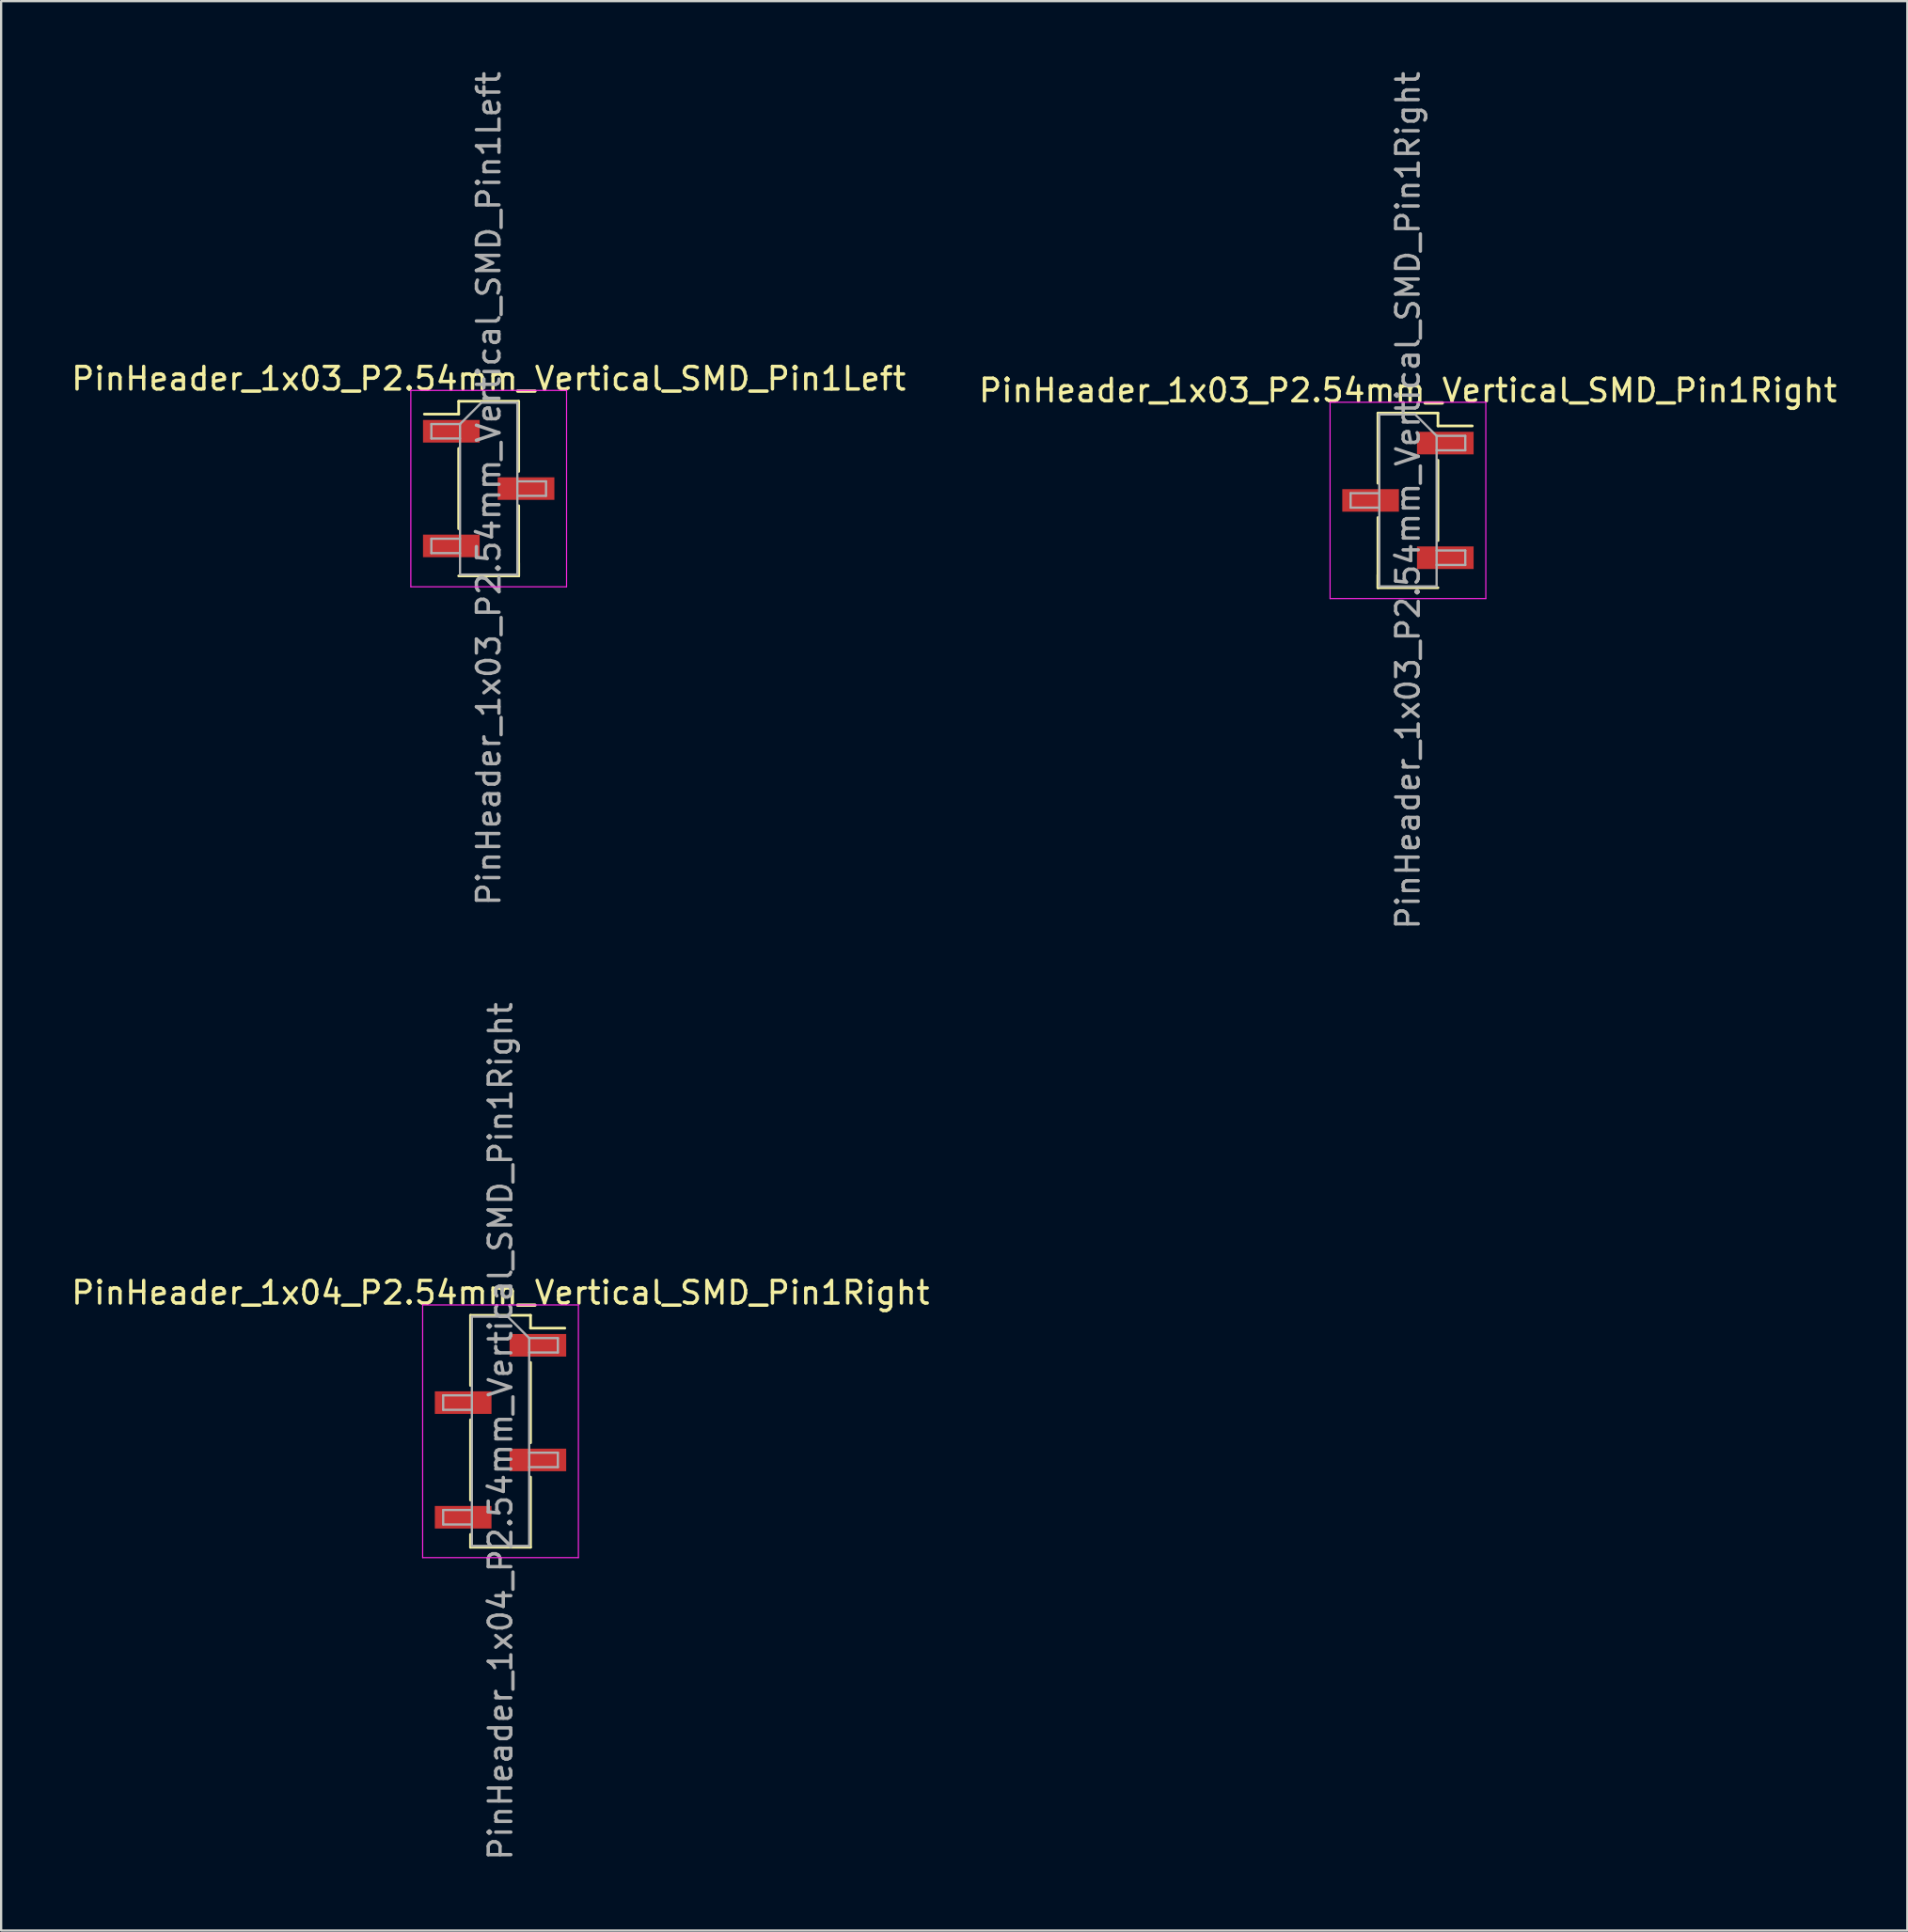
<source format=kicad_pcb>
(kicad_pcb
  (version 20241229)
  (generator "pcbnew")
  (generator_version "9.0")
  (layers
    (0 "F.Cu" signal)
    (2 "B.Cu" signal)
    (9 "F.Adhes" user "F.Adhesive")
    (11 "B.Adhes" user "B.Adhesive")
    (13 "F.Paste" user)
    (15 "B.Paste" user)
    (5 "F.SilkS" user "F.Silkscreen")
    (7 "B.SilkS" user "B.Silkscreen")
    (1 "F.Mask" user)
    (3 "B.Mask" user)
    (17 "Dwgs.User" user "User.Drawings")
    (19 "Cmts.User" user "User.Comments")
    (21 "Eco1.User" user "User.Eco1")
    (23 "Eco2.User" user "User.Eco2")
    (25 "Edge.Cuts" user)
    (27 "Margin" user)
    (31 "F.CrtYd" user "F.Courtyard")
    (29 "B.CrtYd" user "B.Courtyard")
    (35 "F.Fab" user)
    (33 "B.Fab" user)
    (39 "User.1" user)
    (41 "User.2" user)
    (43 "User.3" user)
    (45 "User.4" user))
  (footprint "PinHeader_1x03_P2.54mm_Vertical_SMD_Pin1Right"
    (layer "F.Cu")
    (at 59.327 19.125)
    (property "Reference" "PinHeader_1x03_P2.54mm_Vertical_SMD_Pin1Right" (at 0 -4.87 0) (layer "F.SilkS") (effects (font (size 1 1) (thickness 0.15))))
    (attr smd)
    (fp_line (start -1.33 -3.87) (end -1.33 -0.76) (stroke (width 0.12) (type solid)) (layer "F.SilkS"))
    (fp_line (start -1.33 -3.87) (end 1.33 -3.87) (stroke (width 0.12) (type solid)) (layer "F.SilkS"))
    (fp_line (start -1.33 0.76) (end -1.33 3.87) (stroke (width 0.12) (type solid)) (layer "F.SilkS"))
    (fp_line (start -1.33 3.3) (end -1.33 3.87) (stroke (width 0.12) (type solid)) (layer "F.SilkS"))
    (fp_line (start -1.33 3.87) (end 1.33 3.87) (stroke (width 0.12) (type solid)) (layer "F.SilkS"))
    (fp_line (start 1.33 -3.87) (end 1.33 -3.3) (stroke (width 0.12) (type solid)) (layer "F.SilkS"))
    (fp_line (start 1.33 -3.3) (end 2.85 -3.3) (stroke (width 0.12) (type solid)) (layer "F.SilkS"))
    (fp_line (start 1.33 -1.78) (end 1.33 1.78) (stroke (width 0.12) (type solid)) (layer "F.SilkS"))
    (fp_line (start -3.45 -4.35) (end -3.45 4.35) (stroke (width 0.05) (type solid)) (layer "F.CrtYd"))
    (fp_line (start -3.45 4.35) (end 3.45 4.35) (stroke (width 0.05) (type solid)) (layer "F.CrtYd"))
    (fp_line (start 3.45 -4.35) (end -3.45 -4.35) (stroke (width 0.05) (type solid)) (layer "F.CrtYd"))
    (fp_line (start 3.45 4.35) (end 3.45 -4.35) (stroke (width 0.05) (type solid)) (layer "F.CrtYd"))
    (fp_line (start -2.54 -0.32) (end -2.54 0.32) (stroke (width 0.1) (type solid)) (layer "F.Fab"))
    (fp_line (start -2.54 0.32) (end -1.27 0.32) (stroke (width 0.1) (type solid)) (layer "F.Fab"))
    (fp_line (start -1.27 -3.81) (end -1.27 3.81) (stroke (width 0.1) (type solid)) (layer "F.Fab"))
    (fp_line (start -1.27 -3.81) (end 0.32 -3.81) (stroke (width 0.1) (type solid)) (layer "F.Fab"))
    (fp_line (start -1.27 -0.32) (end -2.54 -0.32) (stroke (width 0.1) (type solid)) (layer "F.Fab"))
    (fp_line (start 1.27 -2.86) (end 0.32 -3.81) (stroke (width 0.1) (type solid)) (layer "F.Fab"))
    (fp_line (start 1.27 -2.86) (end 2.54 -2.86) (stroke (width 0.1) (type solid)) (layer "F.Fab"))
    (fp_line (start 1.27 2.22) (end 2.54 2.22) (stroke (width 0.1) (type solid)) (layer "F.Fab"))
    (fp_line (start 1.27 3.81) (end -1.27 3.81) (stroke (width 0.1) (type solid)) (layer "F.Fab"))
    (fp_line (start 1.27 3.81) (end 1.27 -2.86) (stroke (width 0.1) (type solid)) (layer "F.Fab"))
    (fp_line (start 2.54 -2.86) (end 2.54 -2.22) (stroke (width 0.1) (type solid)) (layer "F.Fab"))
    (fp_line (start 2.54 -2.22) (end 1.27 -2.22) (stroke (width 0.1) (type solid)) (layer "F.Fab"))
    (fp_line (start 2.54 2.22) (end 2.54 2.86) (stroke (width 0.1) (type solid)) (layer "F.Fab"))
    (fp_line (start 2.54 2.86) (end 1.27 2.86) (stroke (width 0.1) (type solid)) (layer "F.Fab"))
    (fp_text user "${REFERENCE}" (at 0 0 90) (layer "F.Fab") (effects (font (size 1 1) (thickness 0.15))))
    (pad "1" smd rect (at 1.655 -2.54) (size 2.51 1) (layers "F.Cu" "F.Mask" "F.Paste"))
    (pad "2" smd rect (at -1.655 0) (size 2.51 1) (layers "F.Cu" "F.Mask" "F.Paste"))
    (pad "3" smd rect (at 1.655 2.54) (size 2.51 1) (layers "F.Cu" "F.Mask" "F.Paste")))
  (footprint "PinHeader_1x04_P2.54mm_Vertical_SMD_Pin1Right"
    (layer "F.Cu")
    (at 19.125 60.375)
    (property "Reference" "PinHeader_1x04_P2.54mm_Vertical_SMD_Pin1Right" (at 0 -6.14 0) (layer "F.SilkS") (effects (font (size 1 1) (thickness 0.15))))
    (attr smd)
    (fp_line (start -1.33 -5.14) (end -1.33 -2.03) (stroke (width 0.12) (type solid)) (layer "F.SilkS"))
    (fp_line (start -1.33 -5.14) (end 1.33 -5.14) (stroke (width 0.12) (type solid)) (layer "F.SilkS"))
    (fp_line (start -1.33 -0.51) (end -1.33 3.05) (stroke (width 0.12) (type solid)) (layer "F.SilkS"))
    (fp_line (start -1.33 4.57) (end -1.33 5.14) (stroke (width 0.12) (type solid)) (layer "F.SilkS"))
    (fp_line (start -1.33 5.14) (end 1.33 5.14) (stroke (width 0.12) (type solid)) (layer "F.SilkS"))
    (fp_line (start 1.33 -5.14) (end 1.33 -4.57) (stroke (width 0.12) (type solid)) (layer "F.SilkS"))
    (fp_line (start 1.33 -4.57) (end 2.85 -4.57) (stroke (width 0.12) (type solid)) (layer "F.SilkS"))
    (fp_line (start 1.33 -3.05) (end 1.33 0.51) (stroke (width 0.12) (type solid)) (layer "F.SilkS"))
    (fp_line (start 1.33 2.03) (end 1.33 5.14) (stroke (width 0.12) (type solid)) (layer "F.SilkS"))
    (fp_line (start -3.45 -5.6) (end -3.45 5.6) (stroke (width 0.05) (type solid)) (layer "F.CrtYd"))
    (fp_line (start -3.45 5.6) (end 3.45 5.6) (stroke (width 0.05) (type solid)) (layer "F.CrtYd"))
    (fp_line (start 3.45 -5.6) (end -3.45 -5.6) (stroke (width 0.05) (type solid)) (layer "F.CrtYd"))
    (fp_line (start 3.45 5.6) (end 3.45 -5.6) (stroke (width 0.05) (type solid)) (layer "F.CrtYd"))
    (fp_line (start -2.54 -1.59) (end -2.54 -0.95) (stroke (width 0.1) (type solid)) (layer "F.Fab"))
    (fp_line (start -2.54 -0.95) (end -1.27 -0.95) (stroke (width 0.1) (type solid)) (layer "F.Fab"))
    (fp_line (start -2.54 3.49) (end -2.54 4.13) (stroke (width 0.1) (type solid)) (layer "F.Fab"))
    (fp_line (start -2.54 4.13) (end -1.27 4.13) (stroke (width 0.1) (type solid)) (layer "F.Fab"))
    (fp_line (start -1.27 -5.08) (end -1.27 5.08) (stroke (width 0.1) (type solid)) (layer "F.Fab"))
    (fp_line (start -1.27 -5.08) (end 0.32 -5.08) (stroke (width 0.1) (type solid)) (layer "F.Fab"))
    (fp_line (start -1.27 -1.59) (end -2.54 -1.59) (stroke (width 0.1) (type solid)) (layer "F.Fab"))
    (fp_line (start -1.27 3.49) (end -2.54 3.49) (stroke (width 0.1) (type solid)) (layer "F.Fab"))
    (fp_line (start 1.27 -4.13) (end 0.32 -5.08) (stroke (width 0.1) (type solid)) (layer "F.Fab"))
    (fp_line (start 1.27 -4.13) (end 2.54 -4.13) (stroke (width 0.1) (type solid)) (layer "F.Fab"))
    (fp_line (start 1.27 0.95) (end 2.54 0.95) (stroke (width 0.1) (type solid)) (layer "F.Fab"))
    (fp_line (start 1.27 5.08) (end -1.27 5.08) (stroke (width 0.1) (type solid)) (layer "F.Fab"))
    (fp_line (start 1.27 5.08) (end 1.27 -4.13) (stroke (width 0.1) (type solid)) (layer "F.Fab"))
    (fp_line (start 2.54 -4.13) (end 2.54 -3.49) (stroke (width 0.1) (type solid)) (layer "F.Fab"))
    (fp_line (start 2.54 -3.49) (end 1.27 -3.49) (stroke (width 0.1) (type solid)) (layer "F.Fab"))
    (fp_line (start 2.54 0.95) (end 2.54 1.59) (stroke (width 0.1) (type solid)) (layer "F.Fab"))
    (fp_line (start 2.54 1.59) (end 1.27 1.59) (stroke (width 0.1) (type solid)) (layer "F.Fab"))
    (fp_text user "${REFERENCE}" (at 0 0 90) (layer "F.Fab") (effects (font (size 1 1) (thickness 0.15))))
    (pad "1" smd rect (at 1.655 -3.81) (size 2.51 1) (layers "F.Cu" "F.Mask" "F.Paste"))
    (pad "2" smd rect (at -1.655 -1.27) (size 2.51 1) (layers "F.Cu" "F.Mask" "F.Paste"))
    (pad "3" smd rect (at 1.655 1.27) (size 2.51 1) (layers "F.Cu" "F.Mask" "F.Paste"))
    (pad "4" smd rect (at -1.655 3.81) (size 2.51 1) (layers "F.Cu" "F.Mask" "F.Paste")))
  (footprint "PinHeader_1x03_P2.54mm_Vertical_SMD_Pin1Left"
    (layer "F.Cu")
    (at 18.601 18.601)
    (property "Reference" "PinHeader_1x03_P2.54mm_Vertical_SMD_Pin1Left" (at 0 -4.87 0) (layer "F.SilkS") (effects (font (size 1 1) (thickness 0.15))))
    (attr smd)
    (fp_line (start -1.33 -3.87) (end -1.33 -3.3) (stroke (width 0.12) (type solid)) (layer "F.SilkS"))
    (fp_line (start -1.33 -3.87) (end 1.33 -3.87) (stroke (width 0.12) (type solid)) (layer "F.SilkS"))
    (fp_line (start -1.33 -3.3) (end -2.85 -3.3) (stroke (width 0.12) (type solid)) (layer "F.SilkS"))
    (fp_line (start -1.33 -1.78) (end -1.33 1.78) (stroke (width 0.12) (type solid)) (layer "F.SilkS"))
    (fp_line (start -1.33 3.87) (end 1.33 3.87) (stroke (width 0.12) (type solid)) (layer "F.SilkS"))
    (fp_line (start 1.33 -3.87) (end 1.33 -0.76) (stroke (width 0.12) (type solid)) (layer "F.SilkS"))
    (fp_line (start 1.33 0.76) (end 1.33 3.87) (stroke (width 0.12) (type solid)) (layer "F.SilkS"))
    (fp_line (start 1.33 3.3) (end 1.33 3.87) (stroke (width 0.12) (type solid)) (layer "F.SilkS"))
    (fp_line (start -3.45 -4.35) (end -3.45 4.35) (stroke (width 0.05) (type solid)) (layer "F.CrtYd"))
    (fp_line (start -3.45 4.35) (end 3.45 4.35) (stroke (width 0.05) (type solid)) (layer "F.CrtYd"))
    (fp_line (start 3.45 -4.35) (end -3.45 -4.35) (stroke (width 0.05) (type solid)) (layer "F.CrtYd"))
    (fp_line (start 3.45 4.35) (end 3.45 -4.35) (stroke (width 0.05) (type solid)) (layer "F.CrtYd"))
    (fp_line (start -2.54 -2.86) (end -2.54 -2.22) (stroke (width 0.1) (type solid)) (layer "F.Fab"))
    (fp_line (start -2.54 -2.22) (end -1.27 -2.22) (stroke (width 0.1) (type solid)) (layer "F.Fab"))
    (fp_line (start -2.54 2.22) (end -2.54 2.86) (stroke (width 0.1) (type solid)) (layer "F.Fab"))
    (fp_line (start -2.54 2.86) (end -1.27 2.86) (stroke (width 0.1) (type solid)) (layer "F.Fab"))
    (fp_line (start -1.27 -2.86) (end -2.54 -2.86) (stroke (width 0.1) (type solid)) (layer "F.Fab"))
    (fp_line (start -1.27 -2.86) (end -0.32 -3.81) (stroke (width 0.1) (type solid)) (layer "F.Fab"))
    (fp_line (start -1.27 2.22) (end -2.54 2.22) (stroke (width 0.1) (type solid)) (layer "F.Fab"))
    (fp_line (start -1.27 3.81) (end -1.27 -2.86) (stroke (width 0.1) (type solid)) (layer "F.Fab"))
    (fp_line (start -0.32 -3.81) (end 1.27 -3.81) (stroke (width 0.1) (type solid)) (layer "F.Fab"))
    (fp_line (start 1.27 -3.81) (end 1.27 3.81) (stroke (width 0.1) (type solid)) (layer "F.Fab"))
    (fp_line (start 1.27 -0.32) (end 2.54 -0.32) (stroke (width 0.1) (type solid)) (layer "F.Fab"))
    (fp_line (start 1.27 3.81) (end -1.27 3.81) (stroke (width 0.1) (type solid)) (layer "F.Fab"))
    (fp_line (start 2.54 -0.32) (end 2.54 0.32) (stroke (width 0.1) (type solid)) (layer "F.Fab"))
    (fp_line (start 2.54 0.32) (end 1.27 0.32) (stroke (width 0.1) (type solid)) (layer "F.Fab"))
    (fp_text user "${REFERENCE}" (at 0 0 90) (layer "F.Fab") (effects (font (size 1 1) (thickness 0.15))))
    (pad "1" smd rect (at -1.655 -2.54) (size 2.51 1) (layers "F.Cu" "F.Mask" "F.Paste"))
    (pad "2" smd rect (at 1.655 0) (size 2.51 1) (layers "F.Cu" "F.Mask" "F.Paste"))
    (pad "3" smd rect (at -1.655 2.54) (size 2.51 1) (layers "F.Cu" "F.Mask" "F.Paste")))
  (gr_rect
    (start -3 -3)
    (end 81.452 82.5)
    (stroke (width 0.1) (type default))
    (fill no)
    (layer "Edge.Cuts")))
</source>
